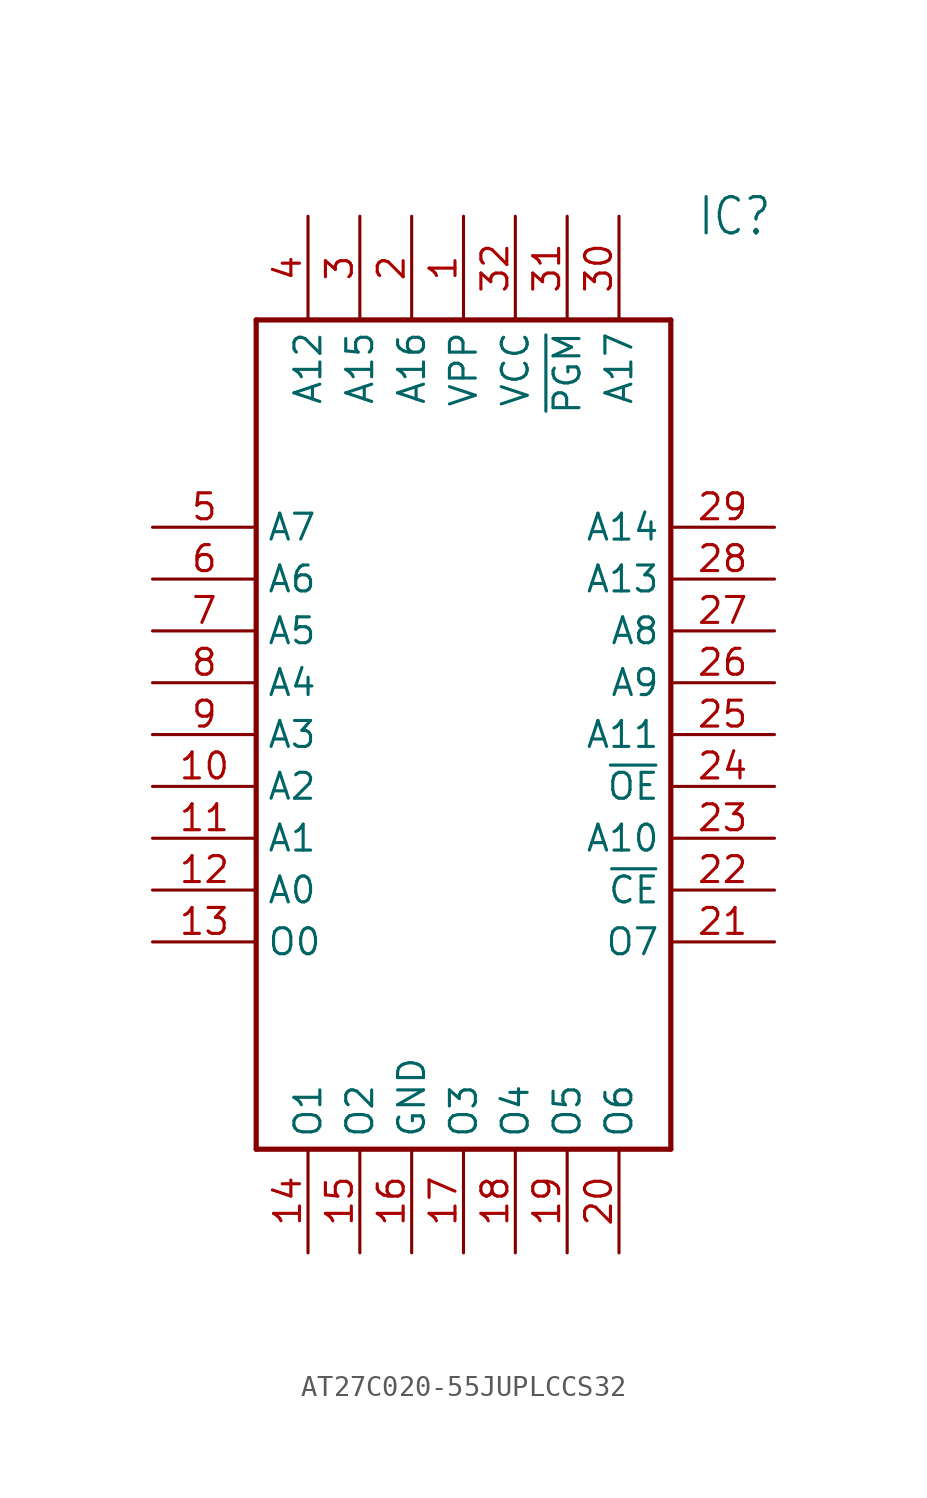
<source format=kicad_sym>
(kicad_symbol_lib
  (version 20220914)
  (generator kicad_symbol_editor)
  (symbol "AT27C020-55JUPLCCS32"
    (property "Reference" "IC"
      (at 26.67 15.24 0)
      (effects (font (size 1.778 1.511)) (justify left)))
    (property "Value" ""
      (at 26.67 12.7 0)
      (effects (font (size 1.778 1.511)) (justify left)))
    (property "ki_locked" ""
      (at 0 0 0)
      (effects (font (size 1.27 1.27))))
    (symbol "AT27C020-55JUPLCCS32_1_0"
      (polyline (pts (xy 5.08 10.16) (xy 5.08 -30.48)) (stroke (width 0.254) (type solid)) (fill (type none)))
      (polyline (pts (xy 5.08 10.16) (xy 25.4 10.16)) (stroke (width 0.254) (type solid)) (fill (type none)))
      (polyline (pts (xy 25.4 -30.48) (xy 5.08 -30.48)) (stroke (width 0.254) (type solid)) (fill (type none)))
      (polyline (pts (xy 25.4 -30.48) (xy 25.4 10.16)) (stroke (width 0.254) (type solid)) (fill (type none)))
      (pin bidirectional line (at 15.24 15.24 270) (length 5.08) (name "VPP" (effects (font (size 1.27 1.27)))) (number "1" (effects (font (size 1.27 1.27)))))
      (pin bidirectional line (at 0 -12.7 0) (length 5.08) (name "A2" (effects (font (size 1.27 1.27)))) (number "10" (effects (font (size 1.27 1.27)))))
      (pin bidirectional line (at 0 -15.24 0) (length 5.08) (name "A1" (effects (font (size 1.27 1.27)))) (number "11" (effects (font (size 1.27 1.27)))))
      (pin bidirectional line (at 0 -17.78 0) (length 5.08) (name "A0" (effects (font (size 1.27 1.27)))) (number "12" (effects (font (size 1.27 1.27)))))
      (pin bidirectional line (at 0 -20.32 0) (length 5.08) (name "O0" (effects (font (size 1.27 1.27)))) (number "13" (effects (font (size 1.27 1.27)))))
      (pin bidirectional line (at 7.62 -35.56 90) (length 5.08) (name "O1" (effects (font (size 1.27 1.27)))) (number "14" (effects (font (size 1.27 1.27)))))
      (pin bidirectional line (at 10.16 -35.56 90) (length 5.08) (name "O2" (effects (font (size 1.27 1.27)))) (number "15" (effects (font (size 1.27 1.27)))))
      (pin bidirectional line (at 12.7 -35.56 90) (length 5.08) (name "GND" (effects (font (size 1.27 1.27)))) (number "16" (effects (font (size 1.27 1.27)))))
      (pin bidirectional line (at 15.24 -35.56 90) (length 5.08) (name "O3" (effects (font (size 1.27 1.27)))) (number "17" (effects (font (size 1.27 1.27)))))
      (pin bidirectional line (at 17.78 -35.56 90) (length 5.08) (name "O4" (effects (font (size 1.27 1.27)))) (number "18" (effects (font (size 1.27 1.27)))))
      (pin bidirectional line (at 20.32 -35.56 90) (length 5.08) (name "O5" (effects (font (size 1.27 1.27)))) (number "19" (effects (font (size 1.27 1.27)))))
      (pin bidirectional line (at 12.7 15.24 270) (length 5.08) (name "A16" (effects (font (size 1.27 1.27)))) (number "2" (effects (font (size 1.27 1.27)))))
      (pin bidirectional line (at 22.86 -35.56 90) (length 5.08) (name "O6" (effects (font (size 1.27 1.27)))) (number "20" (effects (font (size 1.27 1.27)))))
      (pin bidirectional line (at 30.48 -20.32 180) (length 5.08) (name "O7" (effects (font (size 1.27 1.27)))) (number "21" (effects (font (size 1.27 1.27)))))
      (pin bidirectional line (at 30.48 -17.78 180) (length 5.08) (name "~{CE}" (effects (font (size 1.27 1.27)))) (number "22" (effects (font (size 1.27 1.27)))))
      (pin bidirectional line (at 30.48 -15.24 180) (length 5.08) (name "A10" (effects (font (size 1.27 1.27)))) (number "23" (effects (font (size 1.27 1.27)))))
      (pin bidirectional line (at 30.48 -12.7 180) (length 5.08) (name "~{OE}" (effects (font (size 1.27 1.27)))) (number "24" (effects (font (size 1.27 1.27)))))
      (pin bidirectional line (at 30.48 -10.16 180) (length 5.08) (name "A11" (effects (font (size 1.27 1.27)))) (number "25" (effects (font (size 1.27 1.27)))))
      (pin bidirectional line (at 30.48 -7.62 180) (length 5.08) (name "A9" (effects (font (size 1.27 1.27)))) (number "26" (effects (font (size 1.27 1.27)))))
      (pin bidirectional line (at 30.48 -5.08 180) (length 5.08) (name "A8" (effects (font (size 1.27 1.27)))) (number "27" (effects (font (size 1.27 1.27)))))
      (pin bidirectional line (at 30.48 -2.54 180) (length 5.08) (name "A13" (effects (font (size 1.27 1.27)))) (number "28" (effects (font (size 1.27 1.27)))))
      (pin bidirectional line (at 30.48 0 180) (length 5.08) (name "A14" (effects (font (size 1.27 1.27)))) (number "29" (effects (font (size 1.27 1.27)))))
      (pin bidirectional line (at 10.16 15.24 270) (length 5.08) (name "A15" (effects (font (size 1.27 1.27)))) (number "3" (effects (font (size 1.27 1.27)))))
      (pin bidirectional line (at 22.86 15.24 270) (length 5.08) (name "A17" (effects (font (size 1.27 1.27)))) (number "30" (effects (font (size 1.27 1.27)))))
      (pin bidirectional line (at 20.32 15.24 270) (length 5.08) (name "~{PGM}" (effects (font (size 1.27 1.27)))) (number "31" (effects (font (size 1.27 1.27)))))
      (pin bidirectional line (at 17.78 15.24 270) (length 5.08) (name "VCC" (effects (font (size 1.27 1.27)))) (number "32" (effects (font (size 1.27 1.27)))))
      (pin bidirectional line (at 7.62 15.24 270) (length 5.08) (name "A12" (effects (font (size 1.27 1.27)))) (number "4" (effects (font (size 1.27 1.27)))))
      (pin bidirectional line (at 0 0 0) (length 5.08) (name "A7" (effects (font (size 1.27 1.27)))) (number "5" (effects (font (size 1.27 1.27)))))
      (pin bidirectional line (at 0 -2.54 0) (length 5.08) (name "A6" (effects (font (size 1.27 1.27)))) (number "6" (effects (font (size 1.27 1.27)))))
      (pin bidirectional line (at 0 -5.08 0) (length 5.08) (name "A5" (effects (font (size 1.27 1.27)))) (number "7" (effects (font (size 1.27 1.27)))))
      (pin bidirectional line (at 0 -7.62 0) (length 5.08) (name "A4" (effects (font (size 1.27 1.27)))) (number "8" (effects (font (size 1.27 1.27)))))
      (pin bidirectional line (at 0 -10.16 0) (length 5.08) (name "A3" (effects (font (size 1.27 1.27)))) (number "9" (effects (font (size 1.27 1.27))))))))
</source>
